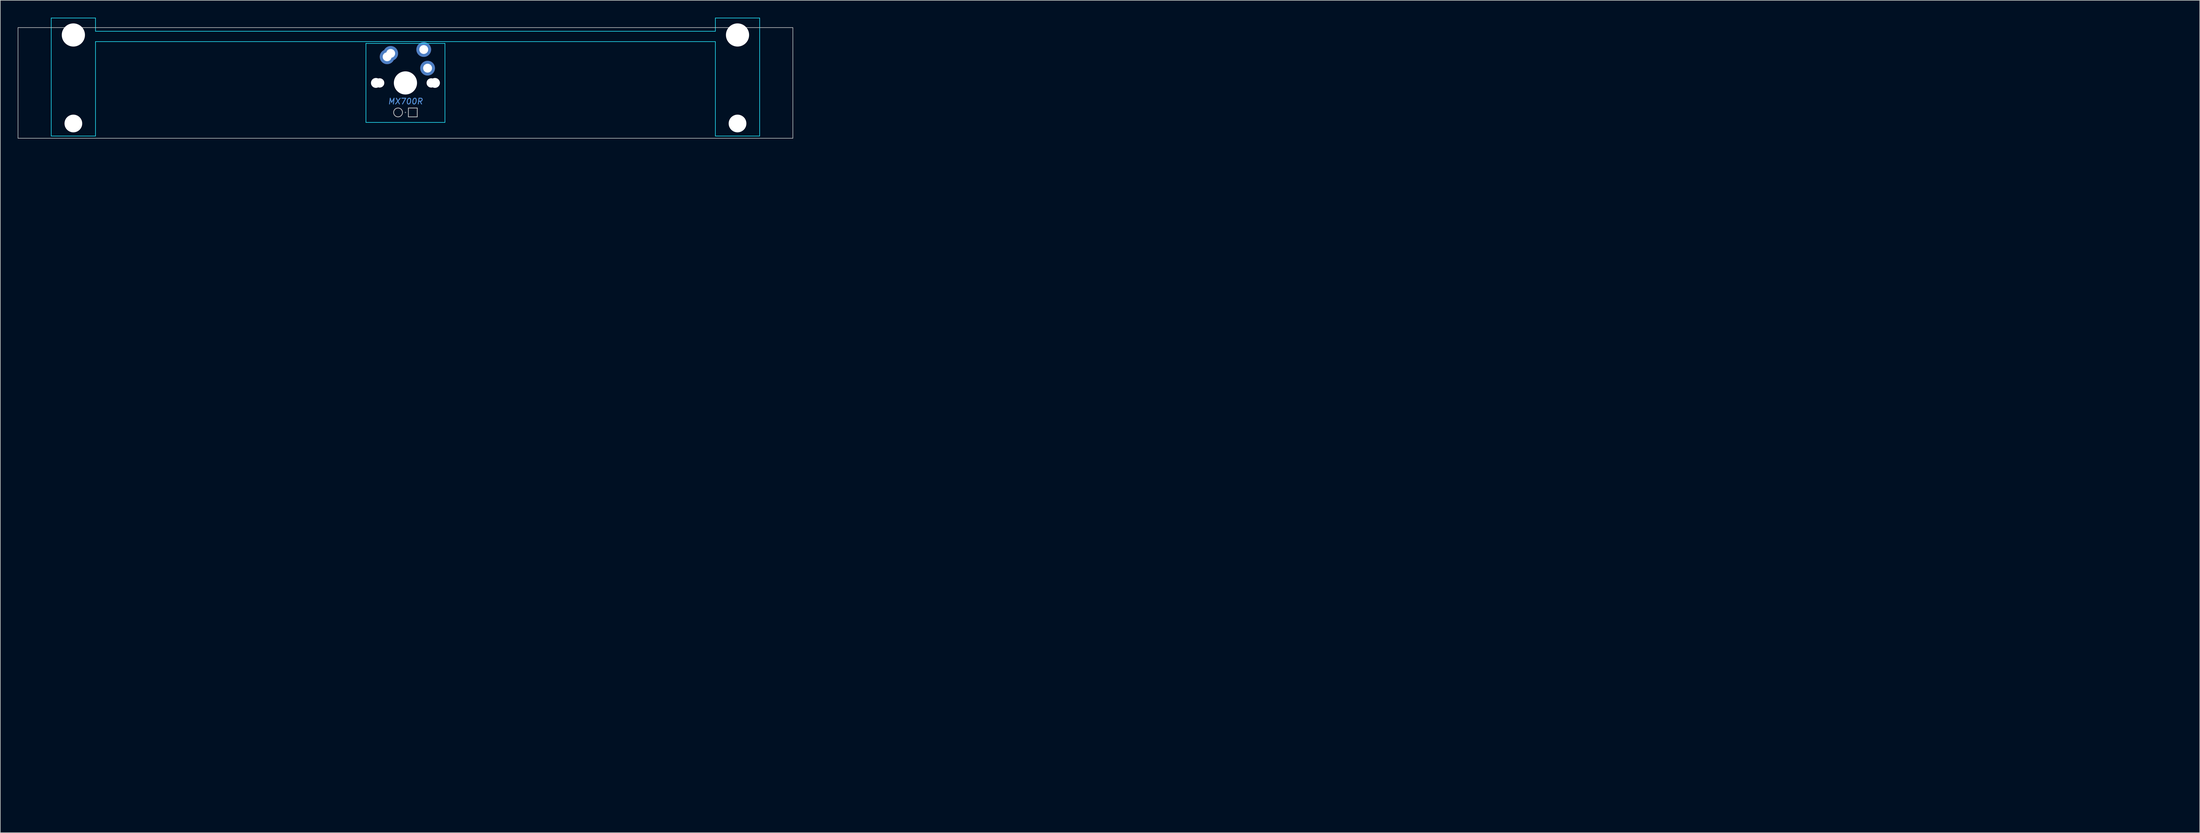
<source format=kicad_pcb>
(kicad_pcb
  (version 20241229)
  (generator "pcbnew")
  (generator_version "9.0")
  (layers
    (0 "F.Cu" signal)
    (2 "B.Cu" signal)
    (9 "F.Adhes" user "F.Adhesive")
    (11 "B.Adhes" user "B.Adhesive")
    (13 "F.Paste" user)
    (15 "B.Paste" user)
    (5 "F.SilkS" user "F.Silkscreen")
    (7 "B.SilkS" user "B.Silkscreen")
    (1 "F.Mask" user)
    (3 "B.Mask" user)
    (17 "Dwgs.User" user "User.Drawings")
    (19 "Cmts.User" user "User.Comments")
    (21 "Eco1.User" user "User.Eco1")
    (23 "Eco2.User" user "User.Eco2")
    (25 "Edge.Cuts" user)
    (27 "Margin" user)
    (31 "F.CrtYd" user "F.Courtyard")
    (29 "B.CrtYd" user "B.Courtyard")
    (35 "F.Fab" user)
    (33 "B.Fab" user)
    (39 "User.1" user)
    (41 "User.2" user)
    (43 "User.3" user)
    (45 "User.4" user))
  (footprint "MX700R"
    (layer "F.Cu")
    (at 66.725 11.226)
    (property "Reference" "MX700R" (at 0 3.175 0) (layer "Cmts.User") (effects (font (size 1 1) (thickness 0.15) (italic yes))))
    (attr through_hole)
    (fp_line (start -66.675 -9.525) (end -66.675 9.525) (stroke (width 0.1) (type solid)) (layer "Dwgs.User"))
    (fp_line (start -66.675 -9.525) (end 66.675 -9.525) (stroke (width 0.1) (type solid)) (layer "Dwgs.User"))
    (fp_line (start -66.675 9.525) (end 66.675 9.525) (stroke (width 0.1) (type solid)) (layer "Dwgs.User"))
    (fp_line (start -0.127 5.08) (end 0.127 5.08) (stroke (width 0.051) (type solid)) (layer "Dwgs.User"))
    (fp_line (start 0 4.953) (end 0 5.207) (stroke (width 0.051) (type solid)) (layer "Dwgs.User"))
    (fp_line (start 0.508 4.318) (end 0.508 5.842) (stroke (width 0.127) (type solid)) (layer "Dwgs.User"))
    (fp_line (start 0.508 4.318) (end 2.032 4.318) (stroke (width 0.127) (type solid)) (layer "Dwgs.User"))
    (fp_line (start 0.508 5.842) (end 2.032 5.842) (stroke (width 0.127) (type solid)) (layer "Dwgs.User"))
    (fp_line (start 2.032 5.842) (end 2.032 4.318) (stroke (width 0.127) (type solid)) (layer "Dwgs.User"))
    (fp_line (start 66.675 -9.525) (end 66.675 9.525) (stroke (width 0.1) (type solid)) (layer "Dwgs.User"))
    (fp_circle (center -1.27 5.08) (end -0.508 5.08) (stroke (width 0.127) (type solid)) (fill no) (layer "Dwgs.User"))
    (fp_line (start -61.341 0.509) (end -60.325 0.509) (stroke (width 0.1) (type solid)) (layer "Eco1.User"))
    (fp_line (start -61.341 3.303) (end -61.341 0.509) (stroke (width 0.1) (type solid)) (layer "Eco1.User"))
    (fp_line (start -60.325 0.509) (end -60.325 -6.603) (stroke (width 0.1) (type solid)) (layer "Eco1.User"))
    (fp_line (start -60.325 3.303) (end -61.341 3.303) (stroke (width 0.1) (type solid)) (layer "Eco1.User"))
    (fp_line (start -60.325 -6.603) (end -58.522 -6.603) (stroke (width 0.1) (type solid)) (layer "Eco1.User"))
    (fp_line (start -60.325 5.69) (end -60.325 3.303) (stroke (width 0.1) (type solid)) (layer "Eco1.User"))
    (fp_line (start -58.522 -7.772) (end -55.474 -7.772) (stroke (width 0.1) (type solid)) (layer "Eco1.User"))
    (fp_line (start -58.522 -6.603) (end -58.522 -7.772) (stroke (width 0.1) (type solid)) (layer "Eco1.User"))
    (fp_line (start -55.474 -7.772) (end -55.474 -6.603) (stroke (width 0.1) (type solid)) (layer "Eco1.User"))
    (fp_line (start -55.474 -6.603) (end -53.67 -6.603) (stroke (width 0.1) (type solid)) (layer "Eco1.User"))
    (fp_line (start -53.67 -2.286) (end -6.985 -2.286) (stroke (width 0.1) (type solid)) (layer "Eco1.User"))
    (fp_line (start -53.67 5.69) (end -60.325 5.69) (stroke (width 0.1) (type solid)) (layer "Eco1.User"))
    (fp_line (start -53.67 -6.603) (end -53.67 -2.286) (stroke (width 0.1) (type solid)) (layer "Eco1.User"))
    (fp_line (start -53.67 2.286) (end -53.67 5.69) (stroke (width 0.1) (type solid)) (layer "Eco1.User"))
    (fp_line (start -7 7) (end -6.985 2.286) (stroke (width 0.1) (type solid)) (layer "Eco1.User"))
    (fp_line (start -6.985 -2.286) (end -6.985 -6.985) (stroke (width 0.1) (type solid)) (layer "Eco1.User"))
    (fp_line (start -6.985 -6.985) (end 7 -7) (stroke (width 0.1) (type solid)) (layer "Eco1.User"))
    (fp_line (start -6.985 2.286) (end -53.67 2.286) (stroke (width 0.1) (type solid)) (layer "Eco1.User"))
    (fp_line (start -0.941 0.000054) (end 0.941 -0.000002) (stroke (width 0.1) (type solid)) (layer "Eco1.User"))
    (fp_line (start 0 0.941) (end -0.000056 -0.941) (stroke (width 0.1) (type solid)) (layer "Eco1.User"))
    (fp_line (start 0 15.765) (end 0 15.765) (stroke (width 0.1) (type solid)) (layer "Eco1.User"))
    (fp_line (start 0 15.765) (end 0 15.765) (stroke (width 0.1) (type solid)) (layer "Eco1.User"))
    (fp_line (start 0 15.765) (end 0 15.765) (stroke (width 0.1) (type solid)) (layer "Eco1.User"))
    (fp_line (start 6.985 -2.286) (end 53.67 -2.286) (stroke (width 0.1) (type solid)) (layer "Eco1.User"))
    (fp_line (start 6.985 2.286) (end 7 7) (stroke (width 0.1) (type solid)) (layer "Eco1.User"))
    (fp_line (start 7 -7) (end 6.985 -2.286) (stroke (width 0.1) (type solid)) (layer "Eco1.User"))
    (fp_line (start 7 7) (end -7 7) (stroke (width 0.1) (type solid)) (layer "Eco1.User"))
    (fp_line (start 53.67 -6.603) (end 55.473 -6.603) (stroke (width 0.1) (type solid)) (layer "Eco1.User"))
    (fp_line (start 53.67 -2.286) (end 53.67 -6.603) (stroke (width 0.1) (type solid)) (layer "Eco1.User"))
    (fp_line (start 53.67 2.286) (end 6.985 2.286) (stroke (width 0.1) (type solid)) (layer "Eco1.User"))
    (fp_line (start 53.67 5.69) (end 53.67 2.286) (stroke (width 0.1) (type solid)) (layer "Eco1.User"))
    (fp_line (start 55.473 -7.772) (end 58.521 -7.772) (stroke (width 0.1) (type solid)) (layer "Eco1.User"))
    (fp_line (start 55.473 -6.603) (end 55.473 -7.772) (stroke (width 0.1) (type solid)) (layer "Eco1.User"))
    (fp_line (start 58.521 -7.772) (end 58.521 -6.603) (stroke (width 0.1) (type solid)) (layer "Eco1.User"))
    (fp_line (start 58.521 -6.603) (end 60.325 -6.603) (stroke (width 0.1) (type solid)) (layer "Eco1.User"))
    (fp_line (start 60.325 -6.603) (end 60.325 0.509) (stroke (width 0.1) (type solid)) (layer "Eco1.User"))
    (fp_line (start 60.325 5.69) (end 53.67 5.69) (stroke (width 0.1) (type solid)) (layer "Eco1.User"))
    (fp_line (start 60.325 0.509) (end 61.341 0.509) (stroke (width 0.1) (type solid)) (layer "Eco1.User"))
    (fp_line (start 60.325 3.303) (end 60.325 5.69) (stroke (width 0.1) (type solid)) (layer "Eco1.User"))
    (fp_line (start 61.341 0.509) (end 61.341 3.303) (stroke (width 0.1) (type solid)) (layer "Eco1.User"))
    (fp_line (start 61.341 3.303) (end 60.325 3.303) (stroke (width 0.1) (type solid)) (layer "Eco1.User"))
    (fp_line (start 304.8 124.154) (end 304.8 126.036) (stroke (width 0.1) (type solid)) (layer "Eco1.User"))
    (fp_line (start 305.741 125.095) (end 303.859 125.095) (stroke (width 0.1) (type solid)) (layer "Eco1.User"))
    (fp_line (start -60.96 9.144) (end -60.96 -11.176) (stroke (width 0.1) (type solid)) (layer "B.CrtYd"))
    (fp_line (start -53.34 -11.176) (end -60.96 -11.176) (stroke (width 0.1) (type solid)) (layer "B.CrtYd"))
    (fp_line (start -53.34 -8.89) (end -53.34 -11.176) (stroke (width 0.1) (type solid)) (layer "B.CrtYd"))
    (fp_line (start -53.34 -7.112) (end -53.34 9.144) (stroke (width 0.1) (type solid)) (layer "B.CrtYd"))
    (fp_line (start -53.34 9.144) (end -60.96 9.144) (stroke (width 0.1) (type solid)) (layer "B.CrtYd"))
    (fp_line (start -6.8 -6.8) (end -6.8 6.8) (stroke (width 0.1) (type solid)) (layer "B.CrtYd"))
    (fp_line (start -6.8 -6.8) (end 6.8 -6.8) (stroke (width 0.1) (type solid)) (layer "B.CrtYd"))
    (fp_line (start -6.8 6.8) (end 6.8 6.8) (stroke (width 0.1) (type solid)) (layer "B.CrtYd"))
    (fp_line (start 6.8 6.8) (end 6.8 -6.8) (stroke (width 0.1) (type solid)) (layer "B.CrtYd"))
    (fp_line (start 53.34 -8.89) (end -53.34 -8.89) (stroke (width 0.1) (type solid)) (layer "B.CrtYd"))
    (fp_line (start 53.34 -8.89) (end 53.34 -11.176) (stroke (width 0.1) (type solid)) (layer "B.CrtYd"))
    (fp_line (start 53.34 -7.112) (end -53.34 -7.112) (stroke (width 0.1) (type solid)) (layer "B.CrtYd"))
    (fp_line (start 53.34 -7.112) (end 53.34 9.144) (stroke (width 0.1) (type solid)) (layer "B.CrtYd"))
    (fp_line (start 60.96 -11.176) (end 53.34 -11.176) (stroke (width 0.1) (type solid)) (layer "B.CrtYd"))
    (fp_line (start 60.96 9.144) (end 53.34 9.144) (stroke (width 0.1) (type solid)) (layer "B.CrtYd"))
    (fp_line (start 60.96 9.144) (end 60.96 -11.176) (stroke (width 0.1) (type solid)) (layer "B.CrtYd"))
    (pad "" np_thru_hole circle (at -57.15 -8.255) (size 3.988 3.988) (drill 3.988) (layers "*.Cu" "*.Mask"))
    (pad "" np_thru_hole circle (at -57.15 6.985) (size 3.048 3.048) (drill 3.048) (layers "*.Cu" "*.Mask"))
    (pad "" np_thru_hole circle (at -5.08 0) (size 1.702 1.702) (drill 1.702) (layers "*.Cu" "*.Mask"))
    (pad "" np_thru_hole circle (at -4.44 0) (size 1.6 1.6) (drill 1.6) (layers "*.Cu" "*.Mask"))
    (pad "" np_thru_hole circle (at 0 0) (size 3.988 3.988) (drill 3.988) (layers "*.Cu" "*.Mask"))
    (pad "" np_thru_hole circle (at 4.44 0) (size 1.6 1.6) (drill 1.6) (layers "*.Cu" "*.Mask"))
    (pad "" np_thru_hole circle (at 5.08 0) (size 1.702 1.702) (drill 1.702) (layers "*.Cu" "*.Mask"))
    (pad "" np_thru_hole circle (at 57.15 -8.255) (size 3.988 3.988) (drill 3.988) (layers "*.Cu" "*.Mask"))
    (pad "" np_thru_hole circle (at 57.15 6.985) (size 3.048 3.048) (drill 3.048) (layers "*.Cu" "*.Mask"))
    (pad "1" thru_hole circle (at -3.15 -4.5) (size 2.54 2.54) (drill 1.524) (layers "*.Cu" "*.Mask"))
    (pad "1" thru_hole circle (at -2.54 -5.08) (size 2.54 2.54) (drill 1.524) (layers "*.Cu" "*.Mask"))
    (pad "2" thru_hole circle (at 3.15 -5.75) (size 2.54 2.54) (drill 1.524) (layers "*.Cu" "*.Mask"))
    (pad "2" thru_hole circle (at 3.81 -2.54) (size 2.54 2.54) (drill 1.524) (layers "*.Cu" "*.Mask")))
  (gr_rect
    (start -3 -3)
    (end 375.516 140.312)
    (stroke (width 0.1) (type default))
    (fill no)
    (layer "Edge.Cuts")))
</source>
